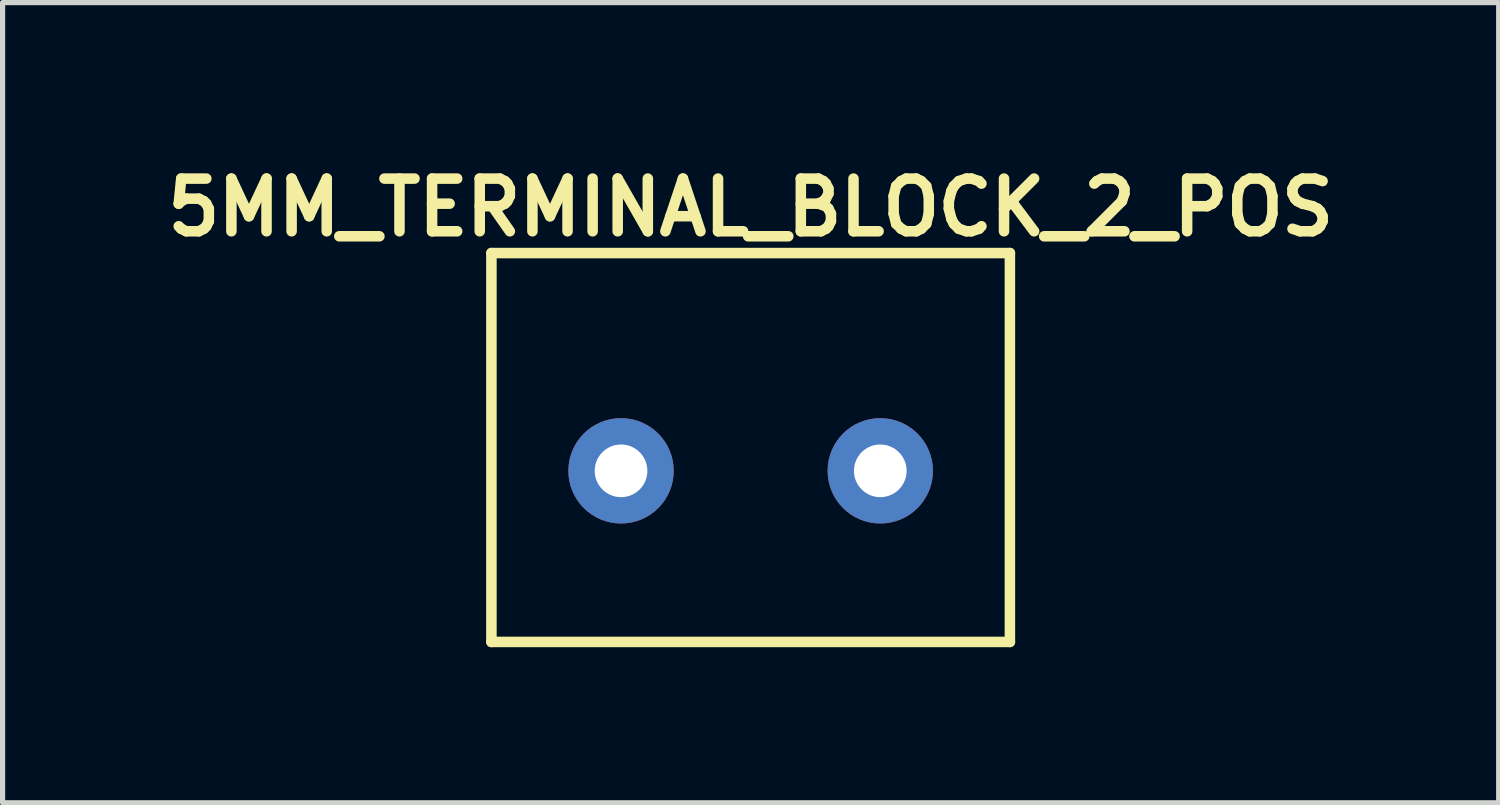
<source format=kicad_pcb>
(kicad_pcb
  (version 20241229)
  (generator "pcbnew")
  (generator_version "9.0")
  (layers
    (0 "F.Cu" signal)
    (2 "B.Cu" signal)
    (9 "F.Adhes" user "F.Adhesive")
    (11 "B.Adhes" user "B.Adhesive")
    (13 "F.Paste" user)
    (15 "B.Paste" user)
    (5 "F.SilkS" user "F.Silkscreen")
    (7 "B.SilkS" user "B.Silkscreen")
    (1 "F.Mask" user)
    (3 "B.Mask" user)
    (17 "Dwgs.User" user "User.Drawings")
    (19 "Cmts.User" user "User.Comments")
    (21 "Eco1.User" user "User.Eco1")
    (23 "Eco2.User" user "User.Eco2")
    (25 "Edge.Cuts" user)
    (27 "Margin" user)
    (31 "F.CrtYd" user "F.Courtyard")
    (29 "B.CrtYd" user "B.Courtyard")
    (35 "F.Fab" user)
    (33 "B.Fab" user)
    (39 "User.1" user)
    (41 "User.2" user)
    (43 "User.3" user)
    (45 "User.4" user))
  (footprint "5MM_TERMINAL_BLOCK_2_POS"
    (layer "F.Cu")
    (at 11.428 6.031)
    (property "Reference" "5MM_TERMINAL_BLOCK_2_POS" (at 0 -5.08 0) (layer "F.SilkS") (effects (font (size 1.016 1.016) (thickness 0.203))))
    (attr through_hole)
    (fp_line (start -5 -4.2) (end -5 3.3) (stroke (width 0.203) (type solid)) (layer "F.SilkS"))
    (fp_line (start -5 3.3) (end 5 3.3) (stroke (width 0.203) (type solid)) (layer "F.SilkS"))
    (fp_line (start 5 -4.2) (end -5 -4.2) (stroke (width 0.203) (type solid)) (layer "F.SilkS"))
    (fp_line (start 5 3.3) (end 5 -4.2) (stroke (width 0.203) (type solid)) (layer "F.SilkS"))
    (pad "1" thru_hole circle (at -2.5 0) (size 2.032 2.032) (drill 1.016) (layers "*.Cu" "*.Mask"))
    (pad "2" thru_hole circle (at 2.5 0) (size 2.032 2.032) (drill 1.016) (layers "*.Cu" "*.Mask")))
  (gr_rect
    (start -3 -3)
    (end 25.855 12.433)
    (stroke (width 0.1) (type default))
    (fill no)
    (layer "Edge.Cuts")))
</source>
